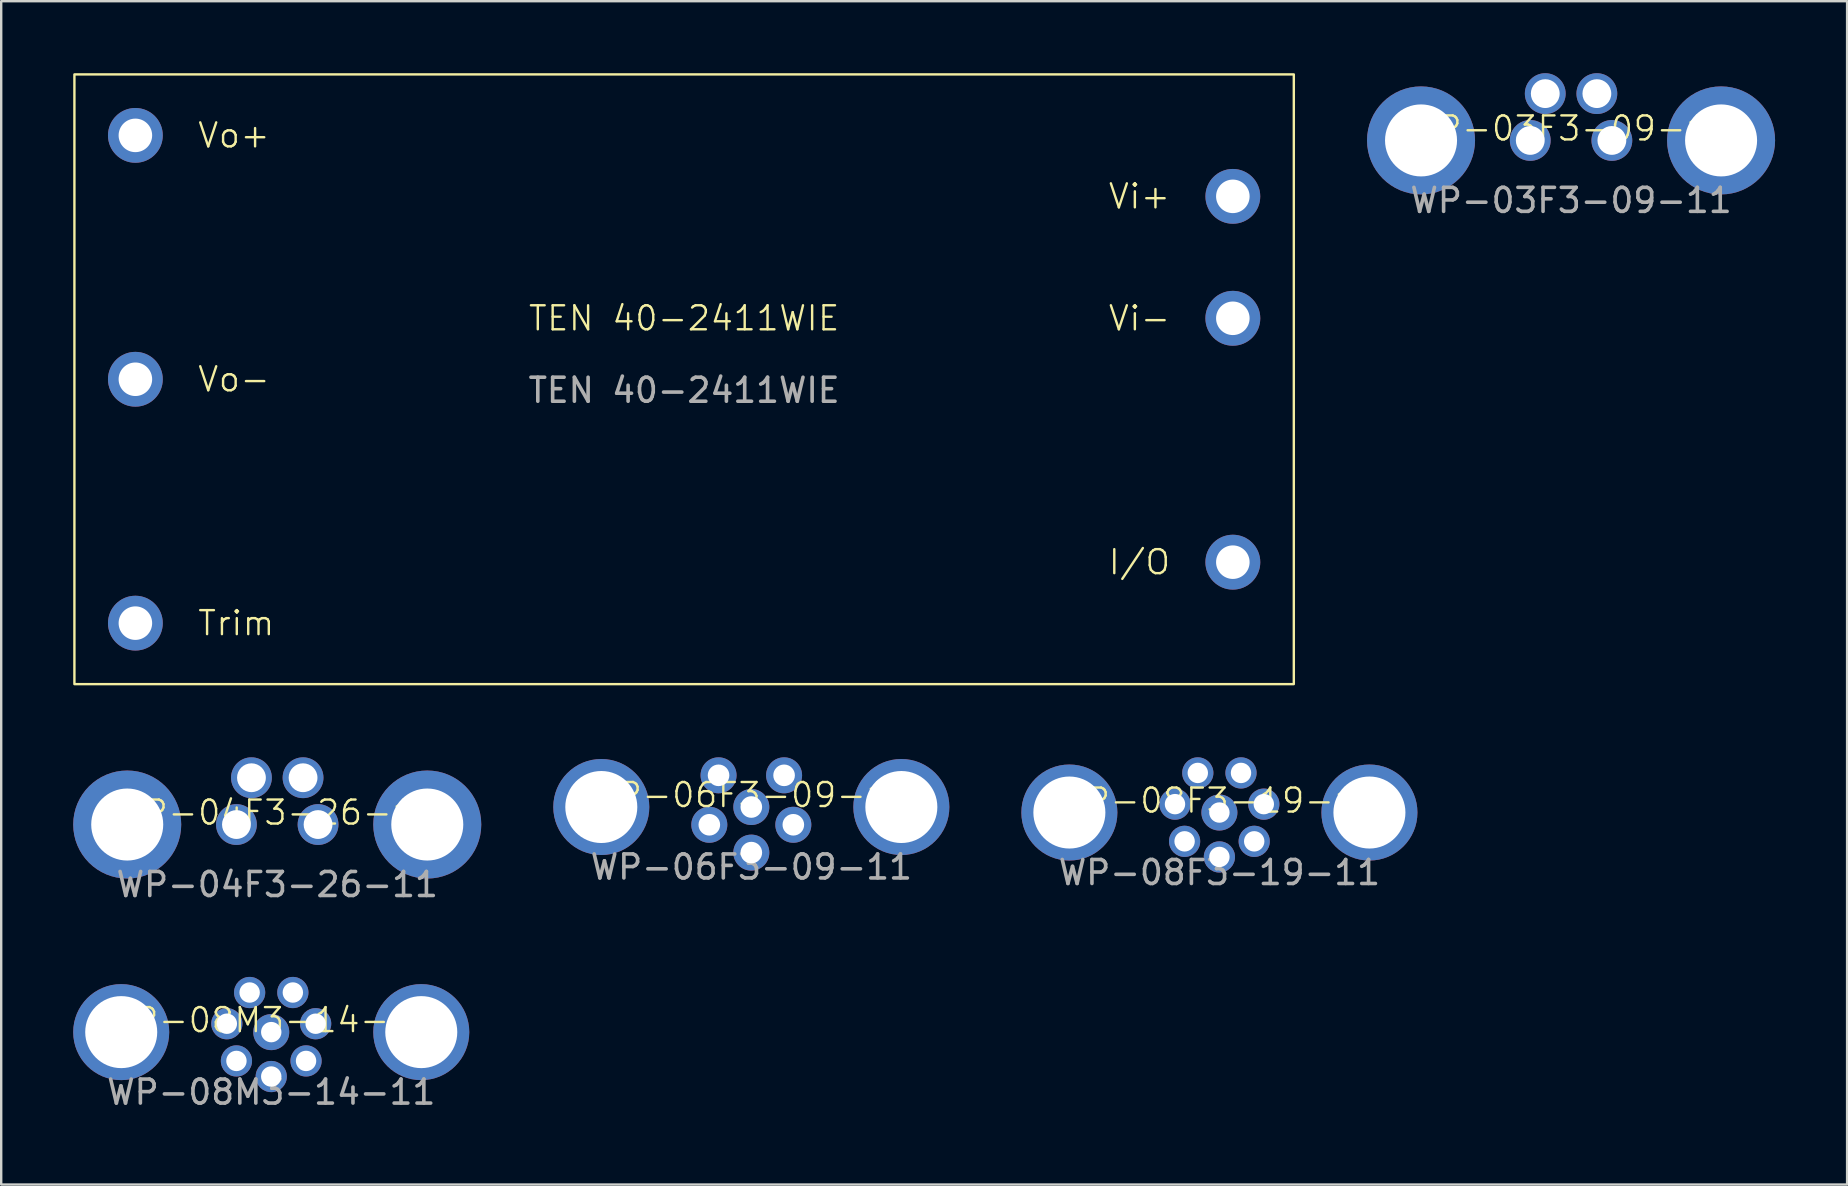
<source format=kicad_pcb>
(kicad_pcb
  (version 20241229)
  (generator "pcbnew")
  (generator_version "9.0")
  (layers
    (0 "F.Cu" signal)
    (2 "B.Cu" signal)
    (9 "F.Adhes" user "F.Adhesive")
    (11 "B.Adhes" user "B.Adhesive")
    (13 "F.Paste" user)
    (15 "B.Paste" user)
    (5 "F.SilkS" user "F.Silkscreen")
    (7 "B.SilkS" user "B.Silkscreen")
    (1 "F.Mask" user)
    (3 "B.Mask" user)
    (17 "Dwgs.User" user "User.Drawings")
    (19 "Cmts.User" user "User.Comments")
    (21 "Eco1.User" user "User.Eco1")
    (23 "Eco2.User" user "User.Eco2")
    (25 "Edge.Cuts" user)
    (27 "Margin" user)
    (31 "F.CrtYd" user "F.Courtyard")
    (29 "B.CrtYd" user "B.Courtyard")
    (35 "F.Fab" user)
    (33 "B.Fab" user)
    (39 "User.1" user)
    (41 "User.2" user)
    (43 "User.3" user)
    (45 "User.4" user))
  (footprint "WP-08F3-19-11"
    (layer "F.Cu")
    (at 47.75 30.8)
    (property "Reference" "WP-08F3-19-11" (at 0 -0.5 0) (unlocked yes) (layer "F.SilkS") (effects (font (size 1 1) (thickness 0.1))))
    (attr through_hole)
    (fp_text user "${REFERENCE}" (at 0 2.5 0) (unlocked yes) (layer "F.Fab") (effects (font (size 1 1) (thickness 0.15))))
    (pad "1" thru_hole circle (at -0.9 -1.65) (size 1.3 1.3) (drill 0.85) (layers "*.Cu" "*.Mask"))
    (pad "2" thru_hole circle (at 0.9 -1.65) (size 1.3 1.3) (drill 0.85) (layers "*.Cu" "*.Mask"))
    (pad "3" thru_hole circle (at 1.85 -0.35) (size 1.3 1.3) (drill 0.85) (layers "*.Cu" "*.Mask"))
    (pad "4" thru_hole circle (at 1.45 1.2) (size 1.3 1.3) (drill 0.85) (layers "*.Cu" "*.Mask"))
    (pad "5" thru_hole circle (at 0 1.85) (size 1.3 1.3) (drill 0.85) (layers "*.Cu" "*.Mask"))
    (pad "6" thru_hole circle (at -1.45 1.2) (size 1.3 1.3) (drill 0.85) (layers "*.Cu" "*.Mask"))
    (pad "7" thru_hole circle (at -1.85 -0.35) (size 1.3 1.3) (drill 0.85) (layers "*.Cu" "*.Mask"))
    (pad "8" thru_hole circle (at 0 0) (size 1.5 1.5) (drill 0.85) (layers "*.Cu" "*.Mask"))
    (pad "9" thru_hole circle (at -6.25 0) (size 4 4) (drill 3) (layers "*.Cu" "*.Mask"))
    (pad "9" thru_hole circle (at 6.25 0) (size 4 4) (drill 3) (layers "*.Cu" "*.Mask")))
  (footprint "WP-03F3-09-11"
    (layer "F.Cu")
    (at 62.4 2.8)
    (property "Reference" "WP-03F3-09-11" (at 0 -0.5 0) (unlocked yes) (layer "F.SilkS") (effects (font (size 1 1) (thickness 0.1))))
    (attr through_hole)
    (fp_text user "${REFERENCE}" (at 0 2.5 0) (unlocked yes) (layer "F.Fab") (effects (font (size 1 1) (thickness 0.15))))
    (pad "1" thru_hole circle (at 1.7 0) (size 1.7 1.7) (drill 1.2) (layers "*.Cu" "*.Mask"))
    (pad "2" thru_hole circle (at 1.075 -1.95) (size 1.7 1.7) (drill 1.2) (layers "*.Cu" "*.Mask"))
    (pad "3" thru_hole circle (at -1.075 -1.95) (size 1.7 1.7) (drill 1.2) (layers "*.Cu" "*.Mask"))
    (pad "4" thru_hole circle (at -1.7 0) (size 1.7 1.7) (drill 1.2) (layers "*.Cu" "*.Mask"))
    (pad "5" thru_hole circle (at -6.25 0) (size 4.5 4.5) (drill 3) (layers "*.Cu" "*.Mask"))
    (pad "5" thru_hole circle (at 6.25 0) (size 4.5 4.5) (drill 3) (layers "*.Cu" "*.Mask")))
  (footprint "WP-04F3-26-11"
    (layer "F.Cu")
    (at 8.5 31.3)
    (property "Reference" "WP-04F3-26-11" (at 0 -0.5 0) (unlocked yes) (layer "F.SilkS") (effects (font (size 1 1) (thickness 0.1))))
    (attr through_hole)
    (fp_text user "${REFERENCE}" (at 0 2.5 0) (unlocked yes) (layer "F.Fab") (effects (font (size 1 1) (thickness 0.15))))
    (pad "1" thru_hole circle (at 1.7 0) (size 1.7 1.7) (drill 1.2) (layers "*.Cu" "*.Mask"))
    (pad "2" thru_hole circle (at 1.075 -1.95) (size 1.7 1.7) (drill 1.2) (layers "*.Cu" "*.Mask"))
    (pad "3" thru_hole circle (at -1.075 -1.95) (size 1.7 1.7) (drill 1.2) (layers "*.Cu" "*.Mask"))
    (pad "4" thru_hole circle (at -1.7 0) (size 1.7 1.7) (drill 1.2) (layers "*.Cu" "*.Mask"))
    (pad "5" thru_hole circle (at -6.25 0) (size 4.5 4.5) (drill 3) (layers "*.Cu" "*.Mask"))
    (pad "5" thru_hole circle (at 6.25 0) (size 4.5 4.5) (drill 3) (layers "*.Cu" "*.Mask")))
  (footprint "WP-08M3-14-11"
    (layer "F.Cu")
    (at 8.25 39.948)
    (property "Reference" "WP-08M3-14-11" (at 0 -0.5 0) (unlocked yes) (layer "F.SilkS") (effects (font (size 1 1) (thickness 0.1))))
    (attr through_hole)
    (fp_text user "${REFERENCE}" (at 0 2.5 0) (unlocked yes) (layer "F.Fab") (effects (font (size 1 1) (thickness 0.15))))
    (pad "1" thru_hole circle (at -0.9 -1.65) (size 1.3 1.3) (drill 0.85) (layers "*.Cu" "*.Mask"))
    (pad "2" thru_hole circle (at 0.9 -1.65) (size 1.3 1.3) (drill 0.85) (layers "*.Cu" "*.Mask"))
    (pad "3" thru_hole circle (at 1.85 -0.35) (size 1.3 1.3) (drill 0.85) (layers "*.Cu" "*.Mask"))
    (pad "4" thru_hole circle (at 1.45 1.2) (size 1.3 1.3) (drill 0.85) (layers "*.Cu" "*.Mask"))
    (pad "5" thru_hole circle (at 0 1.85) (size 1.3 1.3) (drill 0.85) (layers "*.Cu" "*.Mask"))
    (pad "6" thru_hole circle (at -1.45 1.2) (size 1.3 1.3) (drill 0.85) (layers "*.Cu" "*.Mask"))
    (pad "7" thru_hole circle (at -1.85 -0.35) (size 1.3 1.3) (drill 0.85) (layers "*.Cu" "*.Mask"))
    (pad "8" thru_hole circle (at 0 0) (size 1.5 1.5) (drill 0.85) (layers "*.Cu" "*.Mask"))
    (pad "9" thru_hole circle (at -6.25 0) (size 4 4) (drill 3) (layers "*.Cu" "*.Mask"))
    (pad "9" thru_hole circle (at 6.25 0) (size 4 4) (drill 3) (layers "*.Cu" "*.Mask")))
  (footprint "TEN 40-2411WIE"
    (layer "F.Cu")
    (at 25.45 10.21)
    (property "Reference" "TEN 40-2411WIE" (at 0 0 0) (unlocked yes) (layer "F.SilkS") (effects (font (size 1 1) (thickness 0.1))))
    (attr through_hole)
    (fp_rect (start -25.4 -10.16) (end 25.4 15.24) (stroke (width 0.1) (type default)) (fill no) (layer "F.SilkS"))
    (fp_text user "I/O" (at 20.32 10.16 0) (unlocked yes) (layer "F.SilkS") (effects (font (size 1 1) (thickness 0.1)) (justify right)))
    (fp_text user "Trim" (at -20.32 12.7 0) (unlocked yes) (layer "F.SilkS") (effects (font (size 1 1) (thickness 0.1)) (justify left)))
    (fp_text user "Vi+" (at 20.32 -5.08 0) (unlocked yes) (layer "F.SilkS") (effects (font (size 1 1) (thickness 0.1)) (justify right)))
    (fp_text user "Vo-" (at -20.32 2.54 0) (unlocked yes) (layer "F.SilkS") (effects (font (size 1 1) (thickness 0.1)) (justify left)))
    (fp_text user "Vo+" (at -20.32 -7.62 0) (unlocked yes) (layer "F.SilkS") (effects (font (size 1 1) (thickness 0.1)) (justify left)))
    (fp_text user "Vi-" (at 20.32 0 0) (unlocked yes) (layer "F.SilkS") (effects (font (size 1 1) (thickness 0.1)) (justify right)))
    (fp_text user "${REFERENCE}" (at 0 3 0) (unlocked yes) (layer "F.Fab") (effects (font (size 1 1) (thickness 0.15))))
    (pad "1" thru_hole circle (at 22.86 -5.08) (size 2.283 2.283) (drill 1.397) (layers "*.Cu" "*.Mask"))
    (pad "2" thru_hole circle (at 22.86 0) (size 2.286 2.286) (drill 1.397) (layers "*.Cu" "*.Mask"))
    (pad "3" thru_hole circle (at 22.86 10.16) (size 2.286 2.286) (drill 1.397) (layers "*.Cu" "*.Mask"))
    (pad "4" thru_hole circle (at -22.86 -7.62) (size 2.283 2.283) (drill 1.397) (layers "*.Cu" "*.Mask"))
    (pad "5" thru_hole circle (at -22.86 2.54) (size 2.283 2.283) (drill 1.397) (layers "*.Cu" "*.Mask"))
    (pad "6" thru_hole circle (at -22.86 12.7) (size 2.283 2.283) (drill 1.397) (layers "*.Cu" "*.Mask")))
  (footprint "WP-06F3-09-11"
    (layer "F.Cu")
    (at 28.25 30.57)
    (property "Reference" "WP-06F3-09-11" (at 0 -0.5 0) (unlocked yes) (layer "F.SilkS") (effects (font (size 1 1) (thickness 0.1))))
    (attr through_hole)
    (fp_text user "${REFERENCE}" (at 0 2.5 0) (unlocked yes) (layer "F.Fab") (effects (font (size 1 1) (thickness 0.15))))
    (pad "1" thru_hole circle (at -1.365 -1.32) (size 1.5 1.5) (drill 0.9) (layers "*.Cu" "*.Mask"))
    (pad "2" thru_hole circle (at 1.365 -1.32) (size 1.5 1.5) (drill 0.9) (layers "*.Cu" "*.Mask"))
    (pad "3" thru_hole circle (at 1.75 0.74) (size 1.5 1.5) (drill 0.9) (layers "*.Cu" "*.Mask"))
    (pad "4" thru_hole circle (at 0 1.9) (size 1.5 1.5) (drill 0.9) (layers "*.Cu" "*.Mask"))
    (pad "5" thru_hole circle (at -1.75 0.74) (size 1.5 1.5) (drill 0.9) (layers "*.Cu" "*.Mask"))
    (pad "6" thru_hole circle (at 0 0) (size 1.5 1.5) (drill 0.9) (layers "*.Cu" "*.Mask"))
    (pad "7" thru_hole circle (at -6.25 0) (size 4 4) (drill 3) (layers "*.Cu" "*.Mask"))
    (pad "7" thru_hole circle (at 6.25 0) (size 4 4) (drill 3) (layers "*.Cu" "*.Mask")))
  (gr_rect
    (start -3 -3)
    (end 73.9 46.297)
    (stroke (width 0.1) (type default))
    (fill no)
    (layer "Edge.Cuts")))
</source>
